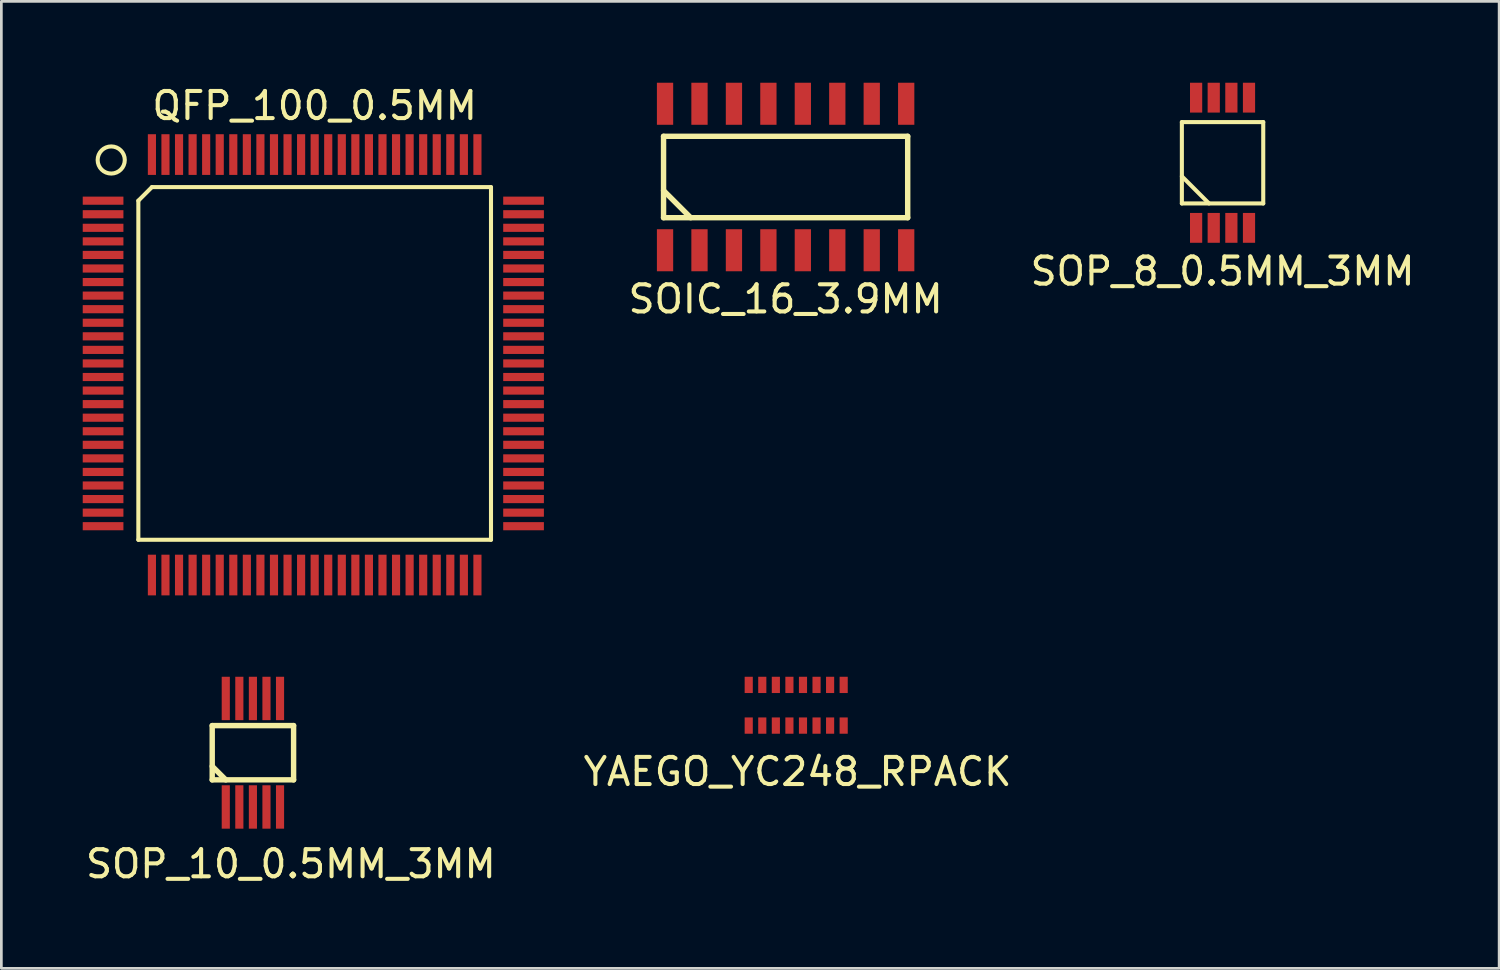
<source format=kicad_pcb>
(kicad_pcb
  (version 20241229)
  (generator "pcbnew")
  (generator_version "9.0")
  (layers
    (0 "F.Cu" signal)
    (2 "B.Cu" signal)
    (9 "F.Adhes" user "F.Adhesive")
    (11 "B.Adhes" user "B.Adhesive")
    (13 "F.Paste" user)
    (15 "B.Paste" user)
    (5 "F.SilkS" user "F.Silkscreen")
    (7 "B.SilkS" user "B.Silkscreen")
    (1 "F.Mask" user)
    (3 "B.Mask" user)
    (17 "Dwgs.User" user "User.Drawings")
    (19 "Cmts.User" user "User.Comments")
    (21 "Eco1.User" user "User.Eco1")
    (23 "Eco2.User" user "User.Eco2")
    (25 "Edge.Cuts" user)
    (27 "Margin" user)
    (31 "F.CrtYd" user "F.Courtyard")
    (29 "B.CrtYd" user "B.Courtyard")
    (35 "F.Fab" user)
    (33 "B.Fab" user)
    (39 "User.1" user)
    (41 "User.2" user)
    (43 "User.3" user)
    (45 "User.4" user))
  (footprint "SOP_8_0.5MM_3MM"
    (layer "F.Cu")
    (at 42.018 2.95)
    (property "Reference" "SOP_8_0.5MM_3MM" (at 0 4 0) (layer "F.SilkS") (effects (font (size 1 1) (thickness 0.15))))
    (attr through_hole)
    (fp_line (start -1.5 -1.5) (end -1.5 1.5) (stroke (width 0.15) (type solid)) (layer "F.SilkS"))
    (fp_line (start -1.5 0.5) (end -0.5 1.5) (stroke (width 0.15) (type solid)) (layer "F.SilkS"))
    (fp_line (start -1.5 1.5) (end 1.5 1.5) (stroke (width 0.15) (type solid)) (layer "F.SilkS"))
    (fp_line (start 1.5 -1.5) (end -1.5 -1.5) (stroke (width 0.15) (type solid)) (layer "F.SilkS"))
    (fp_line (start 1.5 1.5) (end 1.5 -1.5) (stroke (width 0.15) (type solid)) (layer "F.SilkS"))
    (pad "1" smd rect (at -0.975 2.4) (size 0.45 1.1) (layers "F.Cu" "F.Mask" "F.Paste"))
    (pad "2" smd rect (at -0.325 2.4) (size 0.45 1.1) (layers "F.Cu" "F.Mask" "F.Paste"))
    (pad "3" smd rect (at 0.325 2.4) (size 0.45 1.1) (layers "F.Cu" "F.Mask" "F.Paste"))
    (pad "4" smd rect (at 0.975 2.4) (size 0.45 1.1) (layers "F.Cu" "F.Mask" "F.Paste"))
    (pad "5" smd rect (at 0.975 -2.4) (size 0.45 1.1) (layers "F.Cu" "F.Mask" "F.Paste"))
    (pad "6" smd rect (at 0.325 -2.4) (size 0.45 1.1) (layers "F.Cu" "F.Mask" "F.Paste"))
    (pad "7" smd rect (at -0.325 -2.4) (size 0.45 1.1) (layers "F.Cu" "F.Mask" "F.Paste"))
    (pad "8" smd rect (at -0.975 -2.4) (size 0.45 1.1) (layers "F.Cu" "F.Mask" "F.Paste")))
  (footprint "QFP_100_0.5MM"
    (layer "F.Cu")
    (at 8.55 10.348)
    (property "Reference" "QFP_100_0.5MM" (at 0 -9.5 0) (layer "F.SilkS") (effects (font (size 1 1) (thickness 0.15))))
    (attr through_hole)
    (fp_line (start -6.5 -6) (end -6.5 6.5) (stroke (width 0.15) (type solid)) (layer "F.SilkS"))
    (fp_line (start -6.5 6.5) (end 6.5 6.5) (stroke (width 0.15) (type solid)) (layer "F.SilkS"))
    (fp_line (start -6 -6.5) (end -6.5 -6) (stroke (width 0.15) (type solid)) (layer "F.SilkS"))
    (fp_line (start 6.5 -6.5) (end -6 -6.5) (stroke (width 0.15) (type solid)) (layer "F.SilkS"))
    (fp_line (start 6.5 6.5) (end 6.5 -6.5) (stroke (width 0.15) (type solid)) (layer "F.SilkS"))
    (fp_circle (center -7.5 -7.5) (end -8 -7.5) (stroke (width 0.15) (type solid)) (fill no) (layer "F.SilkS"))
    (pad "1" smd rect (at -7.8 -6) (size 1.5 0.3) (layers "F.Cu" "F.Mask" "F.Paste"))
    (pad "2" smd rect (at -7.8 -5.5) (size 1.5 0.3) (layers "F.Cu" "F.Mask" "F.Paste"))
    (pad "3" smd rect (at -7.8 -5) (size 1.5 0.3) (layers "F.Cu" "F.Mask" "F.Paste"))
    (pad "4" smd rect (at -7.8 -4.5) (size 1.5 0.3) (layers "F.Cu" "F.Mask" "F.Paste"))
    (pad "5" smd rect (at -7.8 -4) (size 1.5 0.3) (layers "F.Cu" "F.Mask" "F.Paste"))
    (pad "6" smd rect (at -7.8 -3.5) (size 1.5 0.3) (layers "F.Cu" "F.Mask" "F.Paste"))
    (pad "7" smd rect (at -7.8 -3) (size 1.5 0.3) (layers "F.Cu" "F.Mask" "F.Paste"))
    (pad "8" smd rect (at -7.8 -2.5) (size 1.5 0.3) (layers "F.Cu" "F.Mask" "F.Paste"))
    (pad "9" smd rect (at -7.8 -2) (size 1.5 0.3) (layers "F.Cu" "F.Mask" "F.Paste"))
    (pad "10" smd rect (at -7.8 -1.5) (size 1.5 0.3) (layers "F.Cu" "F.Mask" "F.Paste"))
    (pad "11" smd rect (at -7.8 -1) (size 1.5 0.3) (layers "F.Cu" "F.Mask" "F.Paste"))
    (pad "12" smd rect (at -7.8 -0.5) (size 1.5 0.3) (layers "F.Cu" "F.Mask" "F.Paste"))
    (pad "13" smd rect (at -7.8 0) (size 1.5 0.3) (layers "F.Cu" "F.Mask" "F.Paste"))
    (pad "14" smd rect (at -7.8 0.5) (size 1.5 0.3) (layers "F.Cu" "F.Mask" "F.Paste"))
    (pad "15" smd rect (at -7.8 1) (size 1.5 0.3) (layers "F.Cu" "F.Mask" "F.Paste"))
    (pad "16" smd rect (at -7.8 1.5) (size 1.5 0.3) (layers "F.Cu" "F.Mask" "F.Paste"))
    (pad "17" smd rect (at -7.8 2) (size 1.5 0.3) (layers "F.Cu" "F.Mask" "F.Paste"))
    (pad "18" smd rect (at -7.8 2.5) (size 1.5 0.3) (layers "F.Cu" "F.Mask" "F.Paste"))
    (pad "19" smd rect (at -7.8 3) (size 1.5 0.3) (layers "F.Cu" "F.Mask" "F.Paste"))
    (pad "20" smd rect (at -7.8 3.5) (size 1.5 0.3) (layers "F.Cu" "F.Mask" "F.Paste"))
    (pad "21" smd rect (at -7.8 4) (size 1.5 0.3) (layers "F.Cu" "F.Mask" "F.Paste"))
    (pad "22" smd rect (at -7.8 4.5) (size 1.5 0.3) (layers "F.Cu" "F.Mask" "F.Paste"))
    (pad "23" smd rect (at -7.8 5) (size 1.5 0.3) (layers "F.Cu" "F.Mask" "F.Paste"))
    (pad "24" smd rect (at -7.8 5.5) (size 1.5 0.3) (layers "F.Cu" "F.Mask" "F.Paste"))
    (pad "25" smd rect (at -7.8 6) (size 1.5 0.3) (layers "F.Cu" "F.Mask" "F.Paste"))
    (pad "26" smd rect (at -6 7.8 90) (size 1.5 0.3) (layers "F.Cu" "F.Mask" "F.Paste"))
    (pad "27" smd rect (at -5.5 7.8 90) (size 1.5 0.3) (layers "F.Cu" "F.Mask" "F.Paste"))
    (pad "28" smd rect (at -5 7.8 90) (size 1.5 0.3) (layers "F.Cu" "F.Mask" "F.Paste"))
    (pad "29" smd rect (at -4.5 7.8 90) (size 1.5 0.3) (layers "F.Cu" "F.Mask" "F.Paste"))
    (pad "30" smd rect (at -4 7.8 90) (size 1.5 0.3) (layers "F.Cu" "F.Mask" "F.Paste"))
    (pad "31" smd rect (at -3.5 7.8 90) (size 1.5 0.3) (layers "F.Cu" "F.Mask" "F.Paste"))
    (pad "32" smd rect (at -3 7.8 90) (size 1.5 0.3) (layers "F.Cu" "F.Mask" "F.Paste"))
    (pad "33" smd rect (at -2.5 7.8 90) (size 1.5 0.3) (layers "F.Cu" "F.Mask" "F.Paste"))
    (pad "34" smd rect (at -2 7.8 90) (size 1.5 0.3) (layers "F.Cu" "F.Mask" "F.Paste"))
    (pad "35" smd rect (at -1.5 7.8 90) (size 1.5 0.3) (layers "F.Cu" "F.Mask" "F.Paste"))
    (pad "36" smd rect (at -1 7.8 90) (size 1.5 0.3) (layers "F.Cu" "F.Mask" "F.Paste"))
    (pad "37" smd rect (at -0.5 7.8 90) (size 1.5 0.3) (layers "F.Cu" "F.Mask" "F.Paste"))
    (pad "38" smd rect (at 0 7.8 90) (size 1.5 0.3) (layers "F.Cu" "F.Mask" "F.Paste"))
    (pad "39" smd rect (at 0.5 7.8 90) (size 1.5 0.3) (layers "F.Cu" "F.Mask" "F.Paste"))
    (pad "40" smd rect (at 1 7.8 90) (size 1.5 0.3) (layers "F.Cu" "F.Mask" "F.Paste"))
    (pad "41" smd rect (at 1.5 7.8 90) (size 1.5 0.3) (layers "F.Cu" "F.Mask" "F.Paste"))
    (pad "42" smd rect (at 2 7.8 90) (size 1.5 0.3) (layers "F.Cu" "F.Mask" "F.Paste"))
    (pad "43" smd rect (at 2.5 7.8 90) (size 1.5 0.3) (layers "F.Cu" "F.Mask" "F.Paste"))
    (pad "44" smd rect (at 3 7.8 90) (size 1.5 0.3) (layers "F.Cu" "F.Mask" "F.Paste"))
    (pad "45" smd rect (at 3.5 7.8 90) (size 1.5 0.3) (layers "F.Cu" "F.Mask" "F.Paste"))
    (pad "46" smd rect (at 4 7.8 90) (size 1.5 0.3) (layers "F.Cu" "F.Mask" "F.Paste"))
    (pad "47" smd rect (at 4.5 7.8 90) (size 1.5 0.3) (layers "F.Cu" "F.Mask" "F.Paste"))
    (pad "48" smd rect (at 5 7.8 90) (size 1.5 0.3) (layers "F.Cu" "F.Mask" "F.Paste"))
    (pad "49" smd rect (at 5.5 7.8 90) (size 1.5 0.3) (layers "F.Cu" "F.Mask" "F.Paste"))
    (pad "50" smd rect (at 6 7.8 90) (size 1.5 0.3) (layers "F.Cu" "F.Mask" "F.Paste"))
    (pad "51" smd rect (at 7.7 6) (size 1.5 0.3) (layers "F.Cu" "F.Mask" "F.Paste"))
    (pad "52" smd rect (at 7.7 5.5) (size 1.5 0.3) (layers "F.Cu" "F.Mask" "F.Paste"))
    (pad "53" smd rect (at 7.7 5) (size 1.5 0.3) (layers "F.Cu" "F.Mask" "F.Paste"))
    (pad "54" smd rect (at 7.7 4.5) (size 1.5 0.3) (layers "F.Cu" "F.Mask" "F.Paste"))
    (pad "55" smd rect (at 7.7 4) (size 1.5 0.3) (layers "F.Cu" "F.Mask" "F.Paste"))
    (pad "56" smd rect (at 7.7 3.5) (size 1.5 0.3) (layers "F.Cu" "F.Mask" "F.Paste"))
    (pad "57" smd rect (at 7.7 3) (size 1.5 0.3) (layers "F.Cu" "F.Mask" "F.Paste"))
    (pad "58" smd rect (at 7.7 2.5) (size 1.5 0.3) (layers "F.Cu" "F.Mask" "F.Paste"))
    (pad "59" smd rect (at 7.7 2) (size 1.5 0.3) (layers "F.Cu" "F.Mask" "F.Paste"))
    (pad "60" smd rect (at 7.7 1.5) (size 1.5 0.3) (layers "F.Cu" "F.Mask" "F.Paste"))
    (pad "61" smd rect (at 7.7 1) (size 1.5 0.3) (layers "F.Cu" "F.Mask" "F.Paste"))
    (pad "62" smd rect (at 7.7 0.5) (size 1.5 0.3) (layers "F.Cu" "F.Mask" "F.Paste"))
    (pad "63" smd rect (at 7.7 0) (size 1.5 0.3) (layers "F.Cu" "F.Mask" "F.Paste"))
    (pad "64" smd rect (at 7.7 -0.5) (size 1.5 0.3) (layers "F.Cu" "F.Mask" "F.Paste"))
    (pad "65" smd rect (at 7.7 -1) (size 1.5 0.3) (layers "F.Cu" "F.Mask" "F.Paste"))
    (pad "66" smd rect (at 7.7 -1.5) (size 1.5 0.3) (layers "F.Cu" "F.Mask" "F.Paste"))
    (pad "67" smd rect (at 7.7 -2) (size 1.5 0.3) (layers "F.Cu" "F.Mask" "F.Paste"))
    (pad "68" smd rect (at 7.7 -2.5) (size 1.5 0.3) (layers "F.Cu" "F.Mask" "F.Paste"))
    (pad "69" smd rect (at 7.7 -3) (size 1.5 0.3) (layers "F.Cu" "F.Mask" "F.Paste"))
    (pad "70" smd rect (at 7.7 -3.5) (size 1.5 0.3) (layers "F.Cu" "F.Mask" "F.Paste"))
    (pad "71" smd rect (at 7.7 -4) (size 1.5 0.3) (layers "F.Cu" "F.Mask" "F.Paste"))
    (pad "72" smd rect (at 7.7 -4.5) (size 1.5 0.3) (layers "F.Cu" "F.Mask" "F.Paste"))
    (pad "73" smd rect (at 7.7 -5) (size 1.5 0.3) (layers "F.Cu" "F.Mask" "F.Paste"))
    (pad "74" smd rect (at 7.7 -5.5) (size 1.5 0.3) (layers "F.Cu" "F.Mask" "F.Paste"))
    (pad "75" smd rect (at 7.7 -6) (size 1.5 0.3) (layers "F.Cu" "F.Mask" "F.Paste"))
    (pad "76" smd rect (at 6 -7.7 90) (size 1.5 0.3) (layers "F.Cu" "F.Mask" "F.Paste"))
    (pad "77" smd rect (at 5.5 -7.7 90) (size 1.5 0.3) (layers "F.Cu" "F.Mask" "F.Paste"))
    (pad "78" smd rect (at 5 -7.7 90) (size 1.5 0.3) (layers "F.Cu" "F.Mask" "F.Paste"))
    (pad "79" smd rect (at 4.5 -7.7 90) (size 1.5 0.3) (layers "F.Cu" "F.Mask" "F.Paste"))
    (pad "80" smd rect (at 4 -7.7 90) (size 1.5 0.3) (layers "F.Cu" "F.Mask" "F.Paste"))
    (pad "81" smd rect (at 3.5 -7.7 90) (size 1.5 0.3) (layers "F.Cu" "F.Mask" "F.Paste"))
    (pad "82" smd rect (at 3 -7.7 90) (size 1.5 0.3) (layers "F.Cu" "F.Mask" "F.Paste"))
    (pad "83" smd rect (at 2.5 -7.7 90) (size 1.5 0.3) (layers "F.Cu" "F.Mask" "F.Paste"))
    (pad "84" smd rect (at 2 -7.7 90) (size 1.5 0.3) (layers "F.Cu" "F.Mask" "F.Paste"))
    (pad "85" smd rect (at 1.5 -7.7 90) (size 1.5 0.3) (layers "F.Cu" "F.Mask" "F.Paste"))
    (pad "86" smd rect (at 1 -7.7 90) (size 1.5 0.3) (layers "F.Cu" "F.Mask" "F.Paste"))
    (pad "87" smd rect (at 0.5 -7.7 90) (size 1.5 0.3) (layers "F.Cu" "F.Mask" "F.Paste"))
    (pad "88" smd rect (at 0 -7.7 90) (size 1.5 0.3) (layers "F.Cu" "F.Mask" "F.Paste"))
    (pad "89" smd rect (at -0.5 -7.7 90) (size 1.5 0.3) (layers "F.Cu" "F.Mask" "F.Paste"))
    (pad "90" smd rect (at -1 -7.7 90) (size 1.5 0.3) (layers "F.Cu" "F.Mask" "F.Paste"))
    (pad "91" smd rect (at -1.5 -7.7 90) (size 1.5 0.3) (layers "F.Cu" "F.Mask" "F.Paste"))
    (pad "92" smd rect (at -2 -7.7 90) (size 1.5 0.3) (layers "F.Cu" "F.Mask" "F.Paste"))
    (pad "93" smd rect (at -2.5 -7.7 90) (size 1.5 0.3) (layers "F.Cu" "F.Mask" "F.Paste"))
    (pad "94" smd rect (at -3 -7.7 90) (size 1.5 0.3) (layers "F.Cu" "F.Mask" "F.Paste"))
    (pad "95" smd rect (at -3.5 -7.7 90) (size 1.5 0.3) (layers "F.Cu" "F.Mask" "F.Paste"))
    (pad "96" smd rect (at -4 -7.7 90) (size 1.5 0.3) (layers "F.Cu" "F.Mask" "F.Paste"))
    (pad "97" smd rect (at -4.5 -7.7 90) (size 1.5 0.3) (layers "F.Cu" "F.Mask" "F.Paste"))
    (pad "98" smd rect (at -5 -7.7 90) (size 1.5 0.3) (layers "F.Cu" "F.Mask" "F.Paste"))
    (pad "99" smd rect (at -5.5 -7.7 90) (size 1.5 0.3) (layers "F.Cu" "F.Mask" "F.Paste"))
    (pad "100" smd rect (at -6 -7.7 90) (size 1.5 0.3) (layers "F.Cu" "F.Mask" "F.Paste")))
  (footprint "YAEGO_YC248_RPACK"
    (layer "F.Cu")
    (at 26.301 22.948)
    (property "Reference" "YAEGO_YC248_RPACK" (at 0.05 2.45 0) (layer "F.SilkS") (effects (font (size 1 1) (thickness 0.15))))
    (attr through_hole)
    (pad "1" smd rect (at -1.75 0.75) (size 0.3 0.6) (layers "F.Cu" "F.Mask" "F.Paste"))
    (pad "2" smd rect (at -1.25 0.75) (size 0.3 0.6) (layers "F.Cu" "F.Mask" "F.Paste"))
    (pad "3" smd rect (at -0.75 0.75) (size 0.3 0.6) (layers "F.Cu" "F.Mask" "F.Paste"))
    (pad "4" smd rect (at -0.25 0.75) (size 0.3 0.6) (layers "F.Cu" "F.Mask" "F.Paste"))
    (pad "5" smd rect (at 0.25 0.75) (size 0.3 0.6) (layers "F.Cu" "F.Mask" "F.Paste"))
    (pad "6" smd rect (at 0.75 0.75) (size 0.3 0.6) (layers "F.Cu" "F.Mask" "F.Paste"))
    (pad "7" smd rect (at 1.25 0.75) (size 0.3 0.6) (layers "F.Cu" "F.Mask" "F.Paste"))
    (pad "8" smd rect (at 1.75 0.75) (size 0.3 0.6) (layers "F.Cu" "F.Mask" "F.Paste"))
    (pad "9" smd rect (at 1.75 -0.75) (size 0.3 0.6) (layers "F.Cu" "F.Mask" "F.Paste"))
    (pad "10" smd rect (at 1.25 -0.75) (size 0.3 0.6) (layers "F.Cu" "F.Mask" "F.Paste"))
    (pad "11" smd rect (at 0.75 -0.75) (size 0.3 0.6) (layers "F.Cu" "F.Mask" "F.Paste"))
    (pad "12" smd rect (at 0.25 -0.75) (size 0.3 0.6) (layers "F.Cu" "F.Mask" "F.Paste"))
    (pad "13" smd rect (at -0.25 -0.75) (size 0.3 0.6) (layers "F.Cu" "F.Mask" "F.Paste"))
    (pad "14" smd rect (at -0.75 -0.75) (size 0.3 0.6) (layers "F.Cu" "F.Mask" "F.Paste"))
    (pad "15" smd rect (at -1.25 -0.75) (size 0.3 0.6) (layers "F.Cu" "F.Mask" "F.Paste"))
    (pad "16" smd rect (at -1.75 -0.75) (size 0.3 0.6) (layers "F.Cu" "F.Mask" "F.Paste")))
  (footprint "SOIC_16_3.9MM"
    (layer "F.Cu")
    (at 25.911 3.475)
    (property "Reference" "SOIC_16_3.9MM" (at 0 4.5 0) (layer "F.SilkS") (effects (font (size 1 1) (thickness 0.15))))
    (attr through_hole)
    (fp_line (start -4.5 -1.5) (end -4.5 1.5) (stroke (width 0.2) (type solid)) (layer "F.SilkS"))
    (fp_line (start -4.5 0.5) (end -3.5 1.5) (stroke (width 0.2) (type solid)) (layer "F.SilkS"))
    (fp_line (start -4.5 1.5) (end 4.5 1.5) (stroke (width 0.2) (type solid)) (layer "F.SilkS"))
    (fp_line (start 4.5 -1.5) (end -4.5 -1.5) (stroke (width 0.2) (type solid)) (layer "F.SilkS"))
    (fp_line (start 4.5 1.5) (end 4.5 -1.5) (stroke (width 0.2) (type solid)) (layer "F.SilkS"))
    (pad "1" smd rect (at -4.445 2.7) (size 0.6 1.55) (layers "F.Cu" "F.Mask" "F.Paste"))
    (pad "2" smd rect (at -3.175 2.7) (size 0.6 1.55) (layers "F.Cu" "F.Mask" "F.Paste"))
    (pad "3" smd rect (at -1.905 2.7) (size 0.6 1.55) (layers "F.Cu" "F.Mask" "F.Paste"))
    (pad "4" smd rect (at -0.635 2.7) (size 0.6 1.55) (layers "F.Cu" "F.Mask" "F.Paste"))
    (pad "5" smd rect (at 0.635 2.7) (size 0.6 1.55) (layers "F.Cu" "F.Mask" "F.Paste"))
    (pad "6" smd rect (at 1.905 2.7) (size 0.6 1.55) (layers "F.Cu" "F.Mask" "F.Paste"))
    (pad "7" smd rect (at 3.175 2.7) (size 0.6 1.55) (layers "F.Cu" "F.Mask" "F.Paste"))
    (pad "8" smd rect (at 4.445 2.7) (size 0.6 1.55) (layers "F.Cu" "F.Mask" "F.Paste"))
    (pad "9" smd rect (at 4.445 -2.7) (size 0.6 1.55) (layers "F.Cu" "F.Mask" "F.Paste"))
    (pad "10" smd rect (at 3.175 -2.7) (size 0.6 1.55) (layers "F.Cu" "F.Mask" "F.Paste"))
    (pad "11" smd rect (at 1.905 -2.7) (size 0.6 1.55) (layers "F.Cu" "F.Mask" "F.Paste"))
    (pad "12" smd rect (at 0.635 -2.7) (size 0.6 1.55) (layers "F.Cu" "F.Mask" "F.Paste"))
    (pad "13" smd rect (at -0.635 -2.7) (size 0.6 1.55) (layers "F.Cu" "F.Mask" "F.Paste"))
    (pad "14" smd rect (at -1.905 -2.7) (size 0.6 1.55) (layers "F.Cu" "F.Mask" "F.Paste"))
    (pad "15" smd rect (at -3.175 -2.7) (size 0.6 1.55) (layers "F.Cu" "F.Mask" "F.Paste"))
    (pad "16" smd rect (at -4.445 -2.7) (size 0.6 1.55) (layers "F.Cu" "F.Mask" "F.Paste")))
  (footprint "SOP_10_0.5MM_3MM"
    (layer "F.Cu")
    (at 6.273 24.698)
    (property "Reference" "SOP_10_0.5MM_3MM" (at 1.4 4.1 0) (layer "F.SilkS") (effects (font (size 1 1) (thickness 0.15))))
    (attr through_hole)
    (fp_line (start -1.5 -1) (end -1.5 1) (stroke (width 0.2) (type solid)) (layer "F.SilkS"))
    (fp_line (start -1.5 0.5) (end -1 1) (stroke (width 0.2) (type solid)) (layer "F.SilkS"))
    (fp_line (start -1.5 1) (end 1.5 1) (stroke (width 0.2) (type solid)) (layer "F.SilkS"))
    (fp_line (start 1.5 -1) (end -1.5 -1) (stroke (width 0.2) (type solid)) (layer "F.SilkS"))
    (fp_line (start 1.5 1) (end 1.5 -1) (stroke (width 0.2) (type solid)) (layer "F.SilkS"))
    (pad "1" smd rect (at -1 2) (size 0.3 1.6) (layers "F.Cu" "F.Mask" "F.Paste"))
    (pad "2" smd rect (at -0.5 2) (size 0.3 1.6) (layers "F.Cu" "F.Mask" "F.Paste"))
    (pad "3" smd rect (at 0 2) (size 0.3 1.6) (layers "F.Cu" "F.Mask" "F.Paste"))
    (pad "4" smd rect (at 0.5 2) (size 0.3 1.6) (layers "F.Cu" "F.Mask" "F.Paste"))
    (pad "5" smd rect (at 1 2) (size 0.3 1.6) (layers "F.Cu" "F.Mask" "F.Paste"))
    (pad "6" smd rect (at 1 -2) (size 0.3 1.6) (layers "F.Cu" "F.Mask" "F.Paste"))
    (pad "7" smd rect (at 0.5 -2) (size 0.3 1.6) (layers "F.Cu" "F.Mask" "F.Paste"))
    (pad "8" smd rect (at 0 -2) (size 0.3 1.6) (layers "F.Cu" "F.Mask" "F.Paste"))
    (pad "9" smd rect (at -0.5 -2) (size 0.3 1.6) (layers "F.Cu" "F.Mask" "F.Paste"))
    (pad "10" smd rect (at -1 -2) (size 0.3 1.6) (layers "F.Cu" "F.Mask" "F.Paste")))
  (gr_rect
    (start -3 -3)
    (end 52.214 32.647)
    (stroke (width 0.1) (type default))
    (fill no)
    (layer "Edge.Cuts")))
</source>
